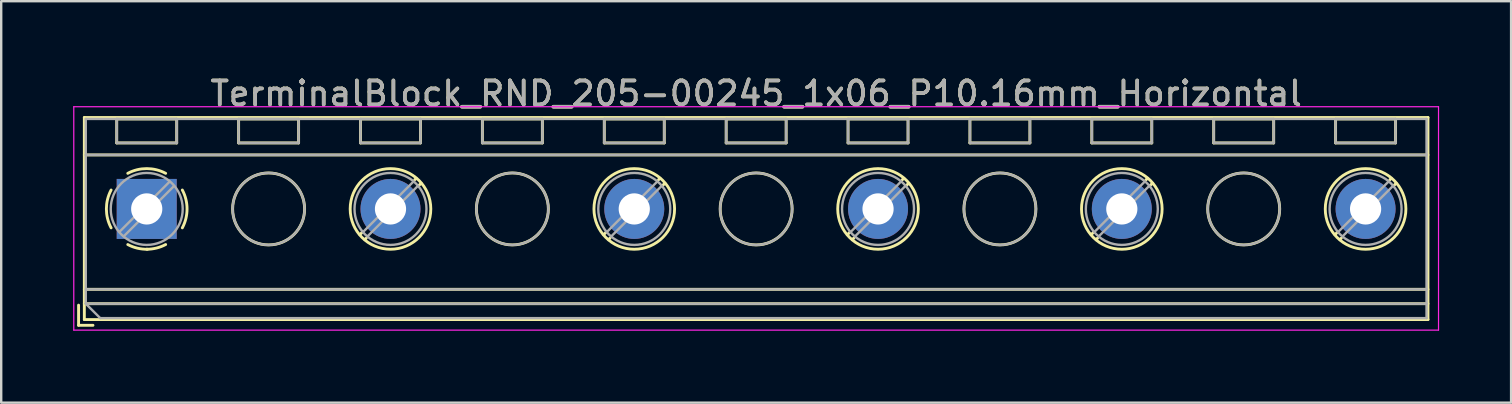
<source format=kicad_pcb>
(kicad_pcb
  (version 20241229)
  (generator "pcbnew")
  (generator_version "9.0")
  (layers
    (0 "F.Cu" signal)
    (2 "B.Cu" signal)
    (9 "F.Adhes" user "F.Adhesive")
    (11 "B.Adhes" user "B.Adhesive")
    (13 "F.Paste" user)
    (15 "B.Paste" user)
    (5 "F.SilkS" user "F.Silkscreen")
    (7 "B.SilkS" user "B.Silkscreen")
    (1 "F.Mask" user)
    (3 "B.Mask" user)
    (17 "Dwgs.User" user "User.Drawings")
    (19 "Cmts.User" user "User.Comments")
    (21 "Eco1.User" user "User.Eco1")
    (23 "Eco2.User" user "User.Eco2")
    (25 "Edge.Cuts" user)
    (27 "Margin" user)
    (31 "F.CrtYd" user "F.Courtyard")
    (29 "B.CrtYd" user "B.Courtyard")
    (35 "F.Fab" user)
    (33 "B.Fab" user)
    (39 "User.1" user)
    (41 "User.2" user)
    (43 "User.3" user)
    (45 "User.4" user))
  (footprint "TerminalBlock_RND_205-00245_1x06_P10.16mm_Horizontal"
    (layer "F.Cu")
    (at 3.065 5.658)
    (property "Reference" "TerminalBlock_RND_205-00245_1x06_P10.16mm_Horizontal" (at 25.4 -4.81 0) (layer "F.SilkS") (effects (font (size 1 1) (thickness 0.15))))
    (attr through_hole)
    (fp_line (start -2.84 4.01) (end -2.84 4.85) (stroke (width 0.12) (type solid)) (layer "F.SilkS"))
    (fp_line (start -2.84 4.85) (end -2.24 4.85) (stroke (width 0.12) (type solid)) (layer "F.SilkS"))
    (fp_line (start -2.6 -3.811) (end -2.6 4.61) (stroke (width 0.12) (type solid)) (layer "F.SilkS"))
    (fp_line (start -2.6 -3.811) (end 53.4 -3.811) (stroke (width 0.12) (type solid)) (layer "F.SilkS"))
    (fp_line (start -2.6 -2.251) (end 53.4 -2.251) (stroke (width 0.12) (type solid)) (layer "F.SilkS"))
    (fp_line (start -2.6 3.35) (end 53.4 3.35) (stroke (width 0.12) (type solid)) (layer "F.SilkS"))
    (fp_line (start -2.6 3.95) (end 53.4 3.95) (stroke (width 0.12) (type solid)) (layer "F.SilkS"))
    (fp_line (start -2.6 4.61) (end 53.4 4.61) (stroke (width 0.12) (type solid)) (layer "F.SilkS"))
    (fp_line (start -1.25 -3.751) (end -1.25 -2.751) (stroke (width 0.12) (type solid)) (layer "F.SilkS"))
    (fp_line (start -1.25 -3.751) (end 1.25 -3.751) (stroke (width 0.12) (type solid)) (layer "F.SilkS"))
    (fp_line (start -1.25 -2.751) (end 1.25 -2.751) (stroke (width 0.12) (type solid)) (layer "F.SilkS"))
    (fp_line (start 1.25 -3.751) (end 1.25 -2.751) (stroke (width 0.12) (type solid)) (layer "F.SilkS"))
    (fp_line (start 3.83 -3.751) (end 3.83 -2.751) (stroke (width 0.12) (type solid)) (layer "F.SilkS"))
    (fp_line (start 3.83 -3.751) (end 6.33 -3.751) (stroke (width 0.12) (type solid)) (layer "F.SilkS"))
    (fp_line (start 3.83 -2.751) (end 6.33 -2.751) (stroke (width 0.12) (type solid)) (layer "F.SilkS"))
    (fp_line (start 6.33 -3.751) (end 6.33 -2.751) (stroke (width 0.12) (type solid)) (layer "F.SilkS"))
    (fp_line (start 8.91 -3.751) (end 8.91 -2.751) (stroke (width 0.12) (type solid)) (layer "F.SilkS"))
    (fp_line (start 8.91 -3.751) (end 11.41 -3.751) (stroke (width 0.12) (type solid)) (layer "F.SilkS"))
    (fp_line (start 8.91 -2.751) (end 11.41 -2.751) (stroke (width 0.12) (type solid)) (layer "F.SilkS"))
    (fp_line (start 8.98 0.976) (end 8.886 1.069) (stroke (width 0.12) (type solid)) (layer "F.SilkS"))
    (fp_line (start 9.15 1.216) (end 9.091 1.274) (stroke (width 0.12) (type solid)) (layer "F.SilkS"))
    (fp_line (start 11.23 -1.275) (end 11.171 -1.216) (stroke (width 0.12) (type solid)) (layer "F.SilkS"))
    (fp_line (start 11.41 -3.751) (end 11.41 -2.751) (stroke (width 0.12) (type solid)) (layer "F.SilkS"))
    (fp_line (start 11.435 -1.069) (end 11.341 -0.976) (stroke (width 0.12) (type solid)) (layer "F.SilkS"))
    (fp_line (start 13.99 -3.751) (end 13.99 -2.751) (stroke (width 0.12) (type solid)) (layer "F.SilkS"))
    (fp_line (start 13.99 -3.751) (end 16.49 -3.751) (stroke (width 0.12) (type solid)) (layer "F.SilkS"))
    (fp_line (start 13.99 -2.751) (end 16.49 -2.751) (stroke (width 0.12) (type solid)) (layer "F.SilkS"))
    (fp_line (start 16.49 -3.751) (end 16.49 -2.751) (stroke (width 0.12) (type solid)) (layer "F.SilkS"))
    (fp_line (start 19.07 -3.751) (end 19.07 -2.751) (stroke (width 0.12) (type solid)) (layer "F.SilkS"))
    (fp_line (start 19.07 -3.751) (end 21.57 -3.751) (stroke (width 0.12) (type solid)) (layer "F.SilkS"))
    (fp_line (start 19.07 -2.751) (end 21.57 -2.751) (stroke (width 0.12) (type solid)) (layer "F.SilkS"))
    (fp_line (start 19.14 0.976) (end 19.046 1.069) (stroke (width 0.12) (type solid)) (layer "F.SilkS"))
    (fp_line (start 19.31 1.216) (end 19.251 1.274) (stroke (width 0.12) (type solid)) (layer "F.SilkS"))
    (fp_line (start 21.39 -1.275) (end 21.331 -1.216) (stroke (width 0.12) (type solid)) (layer "F.SilkS"))
    (fp_line (start 21.57 -3.751) (end 21.57 -2.751) (stroke (width 0.12) (type solid)) (layer "F.SilkS"))
    (fp_line (start 21.595 -1.069) (end 21.501 -0.976) (stroke (width 0.12) (type solid)) (layer "F.SilkS"))
    (fp_line (start 24.15 -3.751) (end 24.15 -2.751) (stroke (width 0.12) (type solid)) (layer "F.SilkS"))
    (fp_line (start 24.15 -3.751) (end 26.65 -3.751) (stroke (width 0.12) (type solid)) (layer "F.SilkS"))
    (fp_line (start 24.15 -2.751) (end 26.65 -2.751) (stroke (width 0.12) (type solid)) (layer "F.SilkS"))
    (fp_line (start 26.65 -3.751) (end 26.65 -2.751) (stroke (width 0.12) (type solid)) (layer "F.SilkS"))
    (fp_line (start 29.23 -3.751) (end 29.23 -2.751) (stroke (width 0.12) (type solid)) (layer "F.SilkS"))
    (fp_line (start 29.23 -3.751) (end 31.73 -3.751) (stroke (width 0.12) (type solid)) (layer "F.SilkS"))
    (fp_line (start 29.23 -2.751) (end 31.73 -2.751) (stroke (width 0.12) (type solid)) (layer "F.SilkS"))
    (fp_line (start 29.3 0.976) (end 29.206 1.069) (stroke (width 0.12) (type solid)) (layer "F.SilkS"))
    (fp_line (start 29.47 1.216) (end 29.411 1.274) (stroke (width 0.12) (type solid)) (layer "F.SilkS"))
    (fp_line (start 31.55 -1.275) (end 31.491 -1.216) (stroke (width 0.12) (type solid)) (layer "F.SilkS"))
    (fp_line (start 31.73 -3.751) (end 31.73 -2.751) (stroke (width 0.12) (type solid)) (layer "F.SilkS"))
    (fp_line (start 31.755 -1.069) (end 31.661 -0.976) (stroke (width 0.12) (type solid)) (layer "F.SilkS"))
    (fp_line (start 34.31 -3.751) (end 34.31 -2.751) (stroke (width 0.12) (type solid)) (layer "F.SilkS"))
    (fp_line (start 34.31 -3.751) (end 36.81 -3.751) (stroke (width 0.12) (type solid)) (layer "F.SilkS"))
    (fp_line (start 34.31 -2.751) (end 36.81 -2.751) (stroke (width 0.12) (type solid)) (layer "F.SilkS"))
    (fp_line (start 36.81 -3.751) (end 36.81 -2.751) (stroke (width 0.12) (type solid)) (layer "F.SilkS"))
    (fp_line (start 39.39 -3.751) (end 39.39 -2.751) (stroke (width 0.12) (type solid)) (layer "F.SilkS"))
    (fp_line (start 39.39 -3.751) (end 41.89 -3.751) (stroke (width 0.12) (type solid)) (layer "F.SilkS"))
    (fp_line (start 39.39 -2.751) (end 41.89 -2.751) (stroke (width 0.12) (type solid)) (layer "F.SilkS"))
    (fp_line (start 39.46 0.976) (end 39.366 1.069) (stroke (width 0.12) (type solid)) (layer "F.SilkS"))
    (fp_line (start 39.63 1.216) (end 39.571 1.274) (stroke (width 0.12) (type solid)) (layer "F.SilkS"))
    (fp_line (start 41.71 -1.275) (end 41.651 -1.216) (stroke (width 0.12) (type solid)) (layer "F.SilkS"))
    (fp_line (start 41.89 -3.751) (end 41.89 -2.751) (stroke (width 0.12) (type solid)) (layer "F.SilkS"))
    (fp_line (start 41.915 -1.069) (end 41.821 -0.976) (stroke (width 0.12) (type solid)) (layer "F.SilkS"))
    (fp_line (start 44.47 -3.751) (end 44.47 -2.751) (stroke (width 0.12) (type solid)) (layer "F.SilkS"))
    (fp_line (start 44.47 -3.751) (end 46.97 -3.751) (stroke (width 0.12) (type solid)) (layer "F.SilkS"))
    (fp_line (start 44.47 -2.751) (end 46.97 -2.751) (stroke (width 0.12) (type solid)) (layer "F.SilkS"))
    (fp_line (start 46.97 -3.751) (end 46.97 -2.751) (stroke (width 0.12) (type solid)) (layer "F.SilkS"))
    (fp_line (start 49.55 -3.751) (end 49.55 -2.751) (stroke (width 0.12) (type solid)) (layer "F.SilkS"))
    (fp_line (start 49.55 -3.751) (end 52.05 -3.751) (stroke (width 0.12) (type solid)) (layer "F.SilkS"))
    (fp_line (start 49.55 -2.751) (end 52.05 -2.751) (stroke (width 0.12) (type solid)) (layer "F.SilkS"))
    (fp_line (start 49.62 0.976) (end 49.526 1.069) (stroke (width 0.12) (type solid)) (layer "F.SilkS"))
    (fp_line (start 49.79 1.216) (end 49.731 1.274) (stroke (width 0.12) (type solid)) (layer "F.SilkS"))
    (fp_line (start 51.87 -1.275) (end 51.811 -1.216) (stroke (width 0.12) (type solid)) (layer "F.SilkS"))
    (fp_line (start 52.05 -3.751) (end 52.05 -2.751) (stroke (width 0.12) (type solid)) (layer "F.SilkS"))
    (fp_line (start 52.075 -1.069) (end 51.981 -0.976) (stroke (width 0.12) (type solid)) (layer "F.SilkS"))
    (fp_line (start 53.4 -3.811) (end 53.4 4.61) (stroke (width 0.12) (type solid)) (layer "F.SilkS"))
    (fp_arc (start -1.483953 0.789089) (mid -1.680708 0.00005) (end -1.484 -0.789) (stroke (width 0.12) (type solid)) (layer "F.SilkS"))
    (fp_arc (start -0.789089 -1.483953) (mid -0.00005 -1.680708) (end 0.789 -1.484) (stroke (width 0.12) (type solid)) (layer "F.SilkS"))
    (fp_arc (start 0.029383 1.68045) (mid -0.392304 1.634281) (end -0.789 1.484) (stroke (width 0.12) (type solid)) (layer "F.SilkS"))
    (fp_arc (start 0.788712 1.483352) (mid 0.406429 1.630097) (end 0 1.68) (stroke (width 0.12) (type solid)) (layer "F.SilkS"))
    (fp_arc (start 1.483953 -0.789089) (mid 1.680708 -0.00005) (end 1.484 0.789) (stroke (width 0.12) (type solid)) (layer "F.SilkS"))
    (fp_circle (center 5.08 0) (end 6.58 0) (stroke (width 0.12) (type solid)) (fill no) (layer "F.SilkS"))
    (fp_circle (center 10.16 0) (end 11.84 0) (stroke (width 0.12) (type solid)) (fill no) (layer "F.SilkS"))
    (fp_circle (center 15.24 0) (end 16.74 0) (stroke (width 0.12) (type solid)) (fill no) (layer "F.SilkS"))
    (fp_circle (center 20.32 0) (end 22 0) (stroke (width 0.12) (type solid)) (fill no) (layer "F.SilkS"))
    (fp_circle (center 25.4 0) (end 26.9 0) (stroke (width 0.12) (type solid)) (fill no) (layer "F.SilkS"))
    (fp_circle (center 30.48 0) (end 32.16 0) (stroke (width 0.12) (type solid)) (fill no) (layer "F.SilkS"))
    (fp_circle (center 35.56 0) (end 37.06 0) (stroke (width 0.12) (type solid)) (fill no) (layer "F.SilkS"))
    (fp_circle (center 40.64 0) (end 42.32 0) (stroke (width 0.12) (type solid)) (fill no) (layer "F.SilkS"))
    (fp_circle (center 45.72 0) (end 47.22 0) (stroke (width 0.12) (type solid)) (fill no) (layer "F.SilkS"))
    (fp_circle (center 50.8 0) (end 52.48 0) (stroke (width 0.12) (type solid)) (fill no) (layer "F.SilkS"))
    (fp_line (start -3.04 -4.26) (end -3.04 5.05) (stroke (width 0.05) (type solid)) (layer "F.CrtYd"))
    (fp_line (start -3.04 5.05) (end 53.84 5.05) (stroke (width 0.05) (type solid)) (layer "F.CrtYd"))
    (fp_line (start 53.84 -4.26) (end -3.04 -4.26) (stroke (width 0.05) (type solid)) (layer "F.CrtYd"))
    (fp_line (start 53.84 5.05) (end 53.84 -4.26) (stroke (width 0.05) (type solid)) (layer "F.CrtYd"))
    (fp_line (start -2.54 -3.75) (end 53.34 -3.75) (stroke (width 0.1) (type solid)) (layer "F.Fab"))
    (fp_line (start -2.54 -2.25) (end 53.34 -2.25) (stroke (width 0.1) (type solid)) (layer "F.Fab"))
    (fp_line (start -2.54 3.35) (end 53.34 3.35) (stroke (width 0.1) (type solid)) (layer "F.Fab"))
    (fp_line (start -2.54 3.95) (end -2.54 -3.75) (stroke (width 0.1) (type solid)) (layer "F.Fab"))
    (fp_line (start -2.54 3.95) (end 53.34 3.95) (stroke (width 0.1) (type solid)) (layer "F.Fab"))
    (fp_line (start -1.94 4.55) (end -2.54 3.95) (stroke (width 0.1) (type solid)) (layer "F.Fab"))
    (fp_line (start -1.25 -3.75) (end -1.25 -2.75) (stroke (width 0.1) (type solid)) (layer "F.Fab"))
    (fp_line (start -1.25 -2.75) (end 1.25 -2.75) (stroke (width 0.1) (type solid)) (layer "F.Fab"))
    (fp_line (start 0.955 -1.138) (end -1.138 0.955) (stroke (width 0.1) (type solid)) (layer "F.Fab"))
    (fp_line (start 1.138 -0.955) (end -0.955 1.138) (stroke (width 0.1) (type solid)) (layer "F.Fab"))
    (fp_line (start 1.25 -3.75) (end -1.25 -3.75) (stroke (width 0.1) (type solid)) (layer "F.Fab"))
    (fp_line (start 1.25 -2.75) (end 1.25 -3.75) (stroke (width 0.1) (type solid)) (layer "F.Fab"))
    (fp_line (start 3.83 -3.75) (end 3.83 -2.75) (stroke (width 0.1) (type solid)) (layer "F.Fab"))
    (fp_line (start 3.83 -2.75) (end 6.33 -2.75) (stroke (width 0.1) (type solid)) (layer "F.Fab"))
    (fp_line (start 6.33 -3.75) (end 3.83 -3.75) (stroke (width 0.1) (type solid)) (layer "F.Fab"))
    (fp_line (start 6.33 -2.75) (end 6.33 -3.75) (stroke (width 0.1) (type solid)) (layer "F.Fab"))
    (fp_line (start 8.91 -3.75) (end 8.91 -2.75) (stroke (width 0.1) (type solid)) (layer "F.Fab"))
    (fp_line (start 8.91 -2.75) (end 11.41 -2.75) (stroke (width 0.1) (type solid)) (layer "F.Fab"))
    (fp_line (start 11.115 -1.138) (end 9.023 0.955) (stroke (width 0.1) (type solid)) (layer "F.Fab"))
    (fp_line (start 11.298 -0.955) (end 9.206 1.138) (stroke (width 0.1) (type solid)) (layer "F.Fab"))
    (fp_line (start 11.41 -3.75) (end 8.91 -3.75) (stroke (width 0.1) (type solid)) (layer "F.Fab"))
    (fp_line (start 11.41 -2.75) (end 11.41 -3.75) (stroke (width 0.1) (type solid)) (layer "F.Fab"))
    (fp_line (start 13.99 -3.75) (end 13.99 -2.75) (stroke (width 0.1) (type solid)) (layer "F.Fab"))
    (fp_line (start 13.99 -2.75) (end 16.49 -2.75) (stroke (width 0.1) (type solid)) (layer "F.Fab"))
    (fp_line (start 16.49 -3.75) (end 13.99 -3.75) (stroke (width 0.1) (type solid)) (layer "F.Fab"))
    (fp_line (start 16.49 -2.75) (end 16.49 -3.75) (stroke (width 0.1) (type solid)) (layer "F.Fab"))
    (fp_line (start 19.07 -3.75) (end 19.07 -2.75) (stroke (width 0.1) (type solid)) (layer "F.Fab"))
    (fp_line (start 19.07 -2.75) (end 21.57 -2.75) (stroke (width 0.1) (type solid)) (layer "F.Fab"))
    (fp_line (start 21.275 -1.138) (end 19.183 0.955) (stroke (width 0.1) (type solid)) (layer "F.Fab"))
    (fp_line (start 21.458 -0.955) (end 19.366 1.138) (stroke (width 0.1) (type solid)) (layer "F.Fab"))
    (fp_line (start 21.57 -3.75) (end 19.07 -3.75) (stroke (width 0.1) (type solid)) (layer "F.Fab"))
    (fp_line (start 21.57 -2.75) (end 21.57 -3.75) (stroke (width 0.1) (type solid)) (layer "F.Fab"))
    (fp_line (start 24.15 -3.75) (end 24.15 -2.75) (stroke (width 0.1) (type solid)) (layer "F.Fab"))
    (fp_line (start 24.15 -2.75) (end 26.65 -2.75) (stroke (width 0.1) (type solid)) (layer "F.Fab"))
    (fp_line (start 26.65 -3.75) (end 24.15 -3.75) (stroke (width 0.1) (type solid)) (layer "F.Fab"))
    (fp_line (start 26.65 -2.75) (end 26.65 -3.75) (stroke (width 0.1) (type solid)) (layer "F.Fab"))
    (fp_line (start 29.23 -3.75) (end 29.23 -2.75) (stroke (width 0.1) (type solid)) (layer "F.Fab"))
    (fp_line (start 29.23 -2.75) (end 31.73 -2.75) (stroke (width 0.1) (type solid)) (layer "F.Fab"))
    (fp_line (start 31.435 -1.138) (end 29.343 0.955) (stroke (width 0.1) (type solid)) (layer "F.Fab"))
    (fp_line (start 31.618 -0.955) (end 29.526 1.138) (stroke (width 0.1) (type solid)) (layer "F.Fab"))
    (fp_line (start 31.73 -3.75) (end 29.23 -3.75) (stroke (width 0.1) (type solid)) (layer "F.Fab"))
    (fp_line (start 31.73 -2.75) (end 31.73 -3.75) (stroke (width 0.1) (type solid)) (layer "F.Fab"))
    (fp_line (start 34.31 -3.75) (end 34.31 -2.75) (stroke (width 0.1) (type solid)) (layer "F.Fab"))
    (fp_line (start 34.31 -2.75) (end 36.81 -2.75) (stroke (width 0.1) (type solid)) (layer "F.Fab"))
    (fp_line (start 36.81 -3.75) (end 34.31 -3.75) (stroke (width 0.1) (type solid)) (layer "F.Fab"))
    (fp_line (start 36.81 -2.75) (end 36.81 -3.75) (stroke (width 0.1) (type solid)) (layer "F.Fab"))
    (fp_line (start 39.39 -3.75) (end 39.39 -2.75) (stroke (width 0.1) (type solid)) (layer "F.Fab"))
    (fp_line (start 39.39 -2.75) (end 41.89 -2.75) (stroke (width 0.1) (type solid)) (layer "F.Fab"))
    (fp_line (start 41.595 -1.138) (end 39.503 0.955) (stroke (width 0.1) (type solid)) (layer "F.Fab"))
    (fp_line (start 41.778 -0.955) (end 39.686 1.138) (stroke (width 0.1) (type solid)) (layer "F.Fab"))
    (fp_line (start 41.89 -3.75) (end 39.39 -3.75) (stroke (width 0.1) (type solid)) (layer "F.Fab"))
    (fp_line (start 41.89 -2.75) (end 41.89 -3.75) (stroke (width 0.1) (type solid)) (layer "F.Fab"))
    (fp_line (start 44.47 -3.75) (end 44.47 -2.75) (stroke (width 0.1) (type solid)) (layer "F.Fab"))
    (fp_line (start 44.47 -2.75) (end 46.97 -2.75) (stroke (width 0.1) (type solid)) (layer "F.Fab"))
    (fp_line (start 46.97 -3.75) (end 44.47 -3.75) (stroke (width 0.1) (type solid)) (layer "F.Fab"))
    (fp_line (start 46.97 -2.75) (end 46.97 -3.75) (stroke (width 0.1) (type solid)) (layer "F.Fab"))
    (fp_line (start 49.55 -3.75) (end 49.55 -2.75) (stroke (width 0.1) (type solid)) (layer "F.Fab"))
    (fp_line (start 49.55 -2.75) (end 52.05 -2.75) (stroke (width 0.1) (type solid)) (layer "F.Fab"))
    (fp_line (start 51.755 -1.138) (end 49.663 0.955) (stroke (width 0.1) (type solid)) (layer "F.Fab"))
    (fp_line (start 51.938 -0.955) (end 49.846 1.138) (stroke (width 0.1) (type solid)) (layer "F.Fab"))
    (fp_line (start 52.05 -3.75) (end 49.55 -3.75) (stroke (width 0.1) (type solid)) (layer "F.Fab"))
    (fp_line (start 52.05 -2.75) (end 52.05 -3.75) (stroke (width 0.1) (type solid)) (layer "F.Fab"))
    (fp_line (start 53.34 -3.75) (end 53.34 4.55) (stroke (width 0.1) (type solid)) (layer "F.Fab"))
    (fp_line (start 53.34 4.55) (end -1.94 4.55) (stroke (width 0.1) (type solid)) (layer "F.Fab"))
    (fp_circle (center 0 0) (end 1.5 0) (stroke (width 0.1) (type solid)) (fill no) (layer "F.Fab"))
    (fp_circle (center 5.08 0) (end 6.58 0) (stroke (width 0.1) (type solid)) (fill no) (layer "F.Fab"))
    (fp_circle (center 10.16 0) (end 11.66 0) (stroke (width 0.1) (type solid)) (fill no) (layer "F.Fab"))
    (fp_circle (center 15.24 0) (end 16.74 0) (stroke (width 0.1) (type solid)) (fill no) (layer "F.Fab"))
    (fp_circle (center 20.32 0) (end 21.82 0) (stroke (width 0.1) (type solid)) (fill no) (layer "F.Fab"))
    (fp_circle (center 25.4 0) (end 26.9 0) (stroke (width 0.1) (type solid)) (fill no) (layer "F.Fab"))
    (fp_circle (center 30.48 0) (end 31.98 0) (stroke (width 0.1) (type solid)) (fill no) (layer "F.Fab"))
    (fp_circle (center 35.56 0) (end 37.06 0) (stroke (width 0.1) (type solid)) (fill no) (layer "F.Fab"))
    (fp_circle (center 40.64 0) (end 42.14 0) (stroke (width 0.1) (type solid)) (fill no) (layer "F.Fab"))
    (fp_circle (center 45.72 0) (end 47.22 0) (stroke (width 0.1) (type solid)) (fill no) (layer "F.Fab"))
    (fp_circle (center 50.8 0) (end 52.3 0) (stroke (width 0.1) (type solid)) (fill no) (layer "F.Fab"))
    (fp_text user "${REFERENCE}" (at 25.4 -4.81 0) (layer "F.Fab") (effects (font (size 1 1) (thickness 0.15))))
    (pad "1" thru_hole rect (at 0 0) (size 2.5 2.5) (drill 1.3) (layers "*.Cu" "*.Mask"))
    (pad "2" thru_hole circle (at 10.16 0) (size 2.5 2.5) (drill 1.3) (layers "*.Cu" "*.Mask"))
    (pad "3" thru_hole circle (at 20.32 0) (size 2.5 2.5) (drill 1.3) (layers "*.Cu" "*.Mask"))
    (pad "4" thru_hole circle (at 30.48 0) (size 2.5 2.5) (drill 1.3) (layers "*.Cu" "*.Mask"))
    (pad "5" thru_hole circle (at 40.64 0) (size 2.5 2.5) (drill 1.3) (layers "*.Cu" "*.Mask"))
    (pad "6" thru_hole circle (at 50.8 0) (size 2.5 2.5) (drill 1.3) (layers "*.Cu" "*.Mask")))
  (gr_rect
    (start -3 -3)
    (end 59.93 13.733)
    (stroke (width 0.1) (type default))
    (fill no)
    (layer "Edge.Cuts")))
</source>
